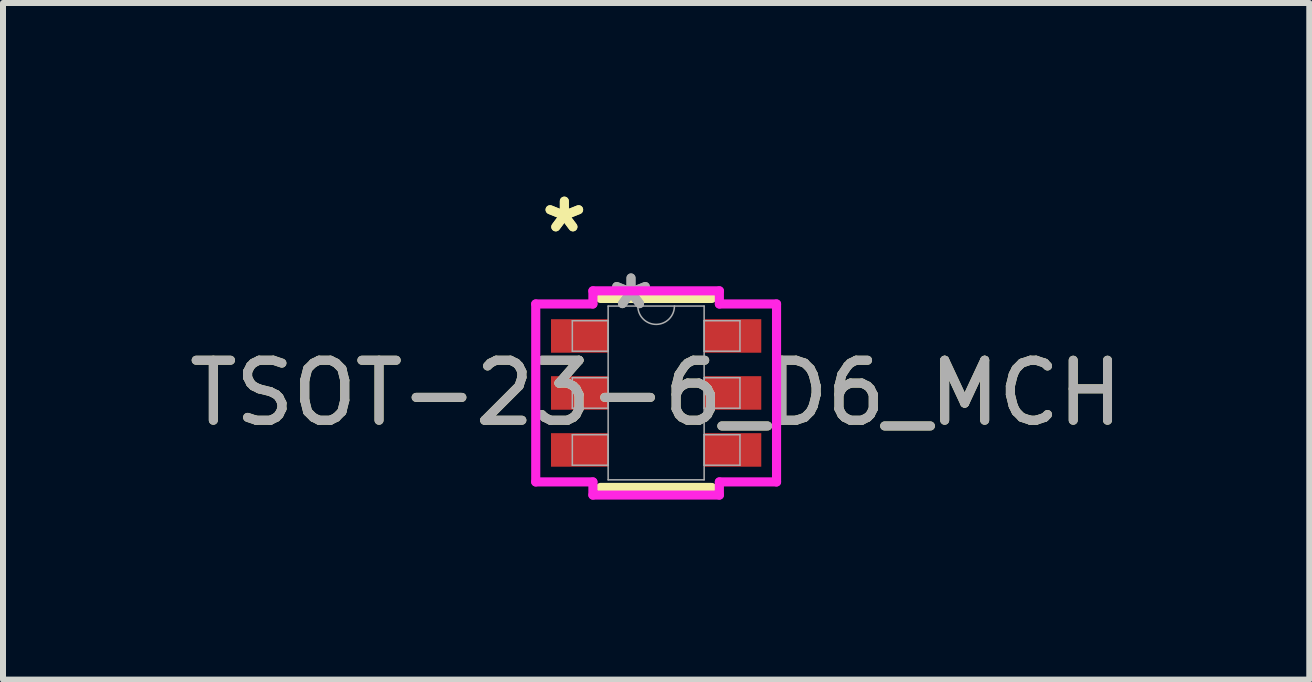
<source format=kicad_pcb>
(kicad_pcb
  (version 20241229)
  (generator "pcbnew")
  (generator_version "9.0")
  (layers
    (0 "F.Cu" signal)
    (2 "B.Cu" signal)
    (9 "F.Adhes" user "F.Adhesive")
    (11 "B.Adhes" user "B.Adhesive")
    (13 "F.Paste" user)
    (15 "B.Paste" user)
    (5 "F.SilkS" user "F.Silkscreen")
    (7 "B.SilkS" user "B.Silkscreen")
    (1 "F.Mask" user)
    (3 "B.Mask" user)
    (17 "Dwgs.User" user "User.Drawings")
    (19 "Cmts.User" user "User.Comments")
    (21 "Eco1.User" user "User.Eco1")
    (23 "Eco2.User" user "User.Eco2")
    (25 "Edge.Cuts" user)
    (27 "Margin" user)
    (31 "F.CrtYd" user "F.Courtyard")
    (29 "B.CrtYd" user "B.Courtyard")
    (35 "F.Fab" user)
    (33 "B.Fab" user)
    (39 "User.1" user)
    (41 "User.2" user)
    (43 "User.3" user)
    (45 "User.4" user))
  (footprint "TSOT-23-6_D6_MCH"
    (layer "F.Cu")
    (at 7.887 3.5)
    (property "Reference" "TSOT-23-6_D6_MCH" (at 0 0 0) (unlocked yes) (layer "F.SilkS") (effects (font (size 1 1) (thickness 0.15))))
    (attr smd)
    (fp_line (start -0.927 1.575) (end 0.927 1.575) (stroke (width 0.152) (type solid)) (layer "F.SilkS"))
    (fp_line (start 0.927 -1.575) (end -0.927 -1.575) (stroke (width 0.152) (type solid)) (layer "F.SilkS"))
    (fp_line (start -2.007 -1.483) (end -1.054 -1.483) (stroke (width 0.152) (type solid)) (layer "F.CrtYd"))
    (fp_line (start -2.007 1.483) (end -2.007 -1.483) (stroke (width 0.152) (type solid)) (layer "F.CrtYd"))
    (fp_line (start -2.007 1.483) (end -1.054 1.483) (stroke (width 0.152) (type solid)) (layer "F.CrtYd"))
    (fp_line (start -1.054 -1.702) (end 1.054 -1.702) (stroke (width 0.152) (type solid)) (layer "F.CrtYd"))
    (fp_line (start -1.054 -1.483) (end -1.054 -1.702) (stroke (width 0.152) (type solid)) (layer "F.CrtYd"))
    (fp_line (start -1.054 1.702) (end -1.054 1.483) (stroke (width 0.152) (type solid)) (layer "F.CrtYd"))
    (fp_line (start 1.054 -1.702) (end 1.054 -1.483) (stroke (width 0.152) (type solid)) (layer "F.CrtYd"))
    (fp_line (start 1.054 1.483) (end 1.054 1.702) (stroke (width 0.152) (type solid)) (layer "F.CrtYd"))
    (fp_line (start 1.054 1.702) (end -1.054 1.702) (stroke (width 0.152) (type solid)) (layer "F.CrtYd"))
    (fp_line (start 2.007 -1.483) (end 1.054 -1.483) (stroke (width 0.152) (type solid)) (layer "F.CrtYd"))
    (fp_line (start 2.007 -1.483) (end 2.007 1.483) (stroke (width 0.152) (type solid)) (layer "F.CrtYd"))
    (fp_line (start 2.007 1.483) (end 1.054 1.483) (stroke (width 0.152) (type solid)) (layer "F.CrtYd"))
    (fp_line (start -1.397 -1.204) (end -1.397 -0.696) (stroke (width 0.025) (type solid)) (layer "F.Fab"))
    (fp_line (start -1.397 -0.696) (end -0.8 -0.696) (stroke (width 0.025) (type solid)) (layer "F.Fab"))
    (fp_line (start -1.397 -0.254) (end -1.397 0.254) (stroke (width 0.025) (type solid)) (layer "F.Fab"))
    (fp_line (start -1.397 0.254) (end -0.8 0.254) (stroke (width 0.025) (type solid)) (layer "F.Fab"))
    (fp_line (start -1.397 0.696) (end -1.397 1.204) (stroke (width 0.025) (type solid)) (layer "F.Fab"))
    (fp_line (start -1.397 1.204) (end -0.8 1.204) (stroke (width 0.025) (type solid)) (layer "F.Fab"))
    (fp_line (start -0.8 -1.448) (end -0.8 1.448) (stroke (width 0.025) (type solid)) (layer "F.Fab"))
    (fp_line (start -0.8 -1.204) (end -1.397 -1.204) (stroke (width 0.025) (type solid)) (layer "F.Fab"))
    (fp_line (start -0.8 -0.696) (end -0.8 -1.204) (stroke (width 0.025) (type solid)) (layer "F.Fab"))
    (fp_line (start -0.8 -0.254) (end -1.397 -0.254) (stroke (width 0.025) (type solid)) (layer "F.Fab"))
    (fp_line (start -0.8 0.254) (end -0.8 -0.254) (stroke (width 0.025) (type solid)) (layer "F.Fab"))
    (fp_line (start -0.8 0.696) (end -1.397 0.696) (stroke (width 0.025) (type solid)) (layer "F.Fab"))
    (fp_line (start -0.8 1.204) (end -0.8 0.696) (stroke (width 0.025) (type solid)) (layer "F.Fab"))
    (fp_line (start -0.8 1.448) (end 0.8 1.448) (stroke (width 0.025) (type solid)) (layer "F.Fab"))
    (fp_line (start 0.8 -1.448) (end -0.8 -1.448) (stroke (width 0.025) (type solid)) (layer "F.Fab"))
    (fp_line (start 0.8 -1.204) (end 0.8 -0.696) (stroke (width 0.025) (type solid)) (layer "F.Fab"))
    (fp_line (start 0.8 -0.696) (end 1.397 -0.696) (stroke (width 0.025) (type solid)) (layer "F.Fab"))
    (fp_line (start 0.8 -0.254) (end 0.8 0.254) (stroke (width 0.025) (type solid)) (layer "F.Fab"))
    (fp_line (start 0.8 0.254) (end 1.397 0.254) (stroke (width 0.025) (type solid)) (layer "F.Fab"))
    (fp_line (start 0.8 0.696) (end 0.8 1.204) (stroke (width 0.025) (type solid)) (layer "F.Fab"))
    (fp_line (start 0.8 1.204) (end 1.397 1.204) (stroke (width 0.025) (type solid)) (layer "F.Fab"))
    (fp_line (start 0.8 1.448) (end 0.8 -1.448) (stroke (width 0.025) (type solid)) (layer "F.Fab"))
    (fp_line (start 1.397 -1.204) (end 0.8 -1.204) (stroke (width 0.025) (type solid)) (layer "F.Fab"))
    (fp_line (start 1.397 -0.696) (end 1.397 -1.204) (stroke (width 0.025) (type solid)) (layer "F.Fab"))
    (fp_line (start 1.397 -0.254) (end 0.8 -0.254) (stroke (width 0.025) (type solid)) (layer "F.Fab"))
    (fp_line (start 1.397 0.254) (end 1.397 -0.254) (stroke (width 0.025) (type solid)) (layer "F.Fab"))
    (fp_line (start 1.397 0.696) (end 0.8 0.696) (stroke (width 0.025) (type solid)) (layer "F.Fab"))
    (fp_line (start 1.397 1.204) (end 1.397 0.696) (stroke (width 0.025) (type solid)) (layer "F.Fab"))
    (fp_arc (start 0.3048 -1.4478) (mid 0 -1.143) (end -0.3048 -1.4478) (stroke (width 0.0254) (type solid)) (layer "F.Fab"))
    (fp_text user "*" (at -1.53 -2.652 0) (layer "F.SilkS") (effects (font (size 1 1) (thickness 0.15))))
    (fp_text user "*" (at -1.53 -2.652 0) (unlocked yes) (layer "F.SilkS") (effects (font (size 1 1) (thickness 0.15))))
    (fp_text user "${REFERENCE}" (at 0 0 0) (unlocked yes) (layer "F.Fab") (effects (font (size 1 1) (thickness 0.15))))
    (fp_text user "*" (at -0.419 -1.372 0) (unlocked yes) (layer "F.Fab") (effects (font (size 1 1) (thickness 0.15))))
    (fp_text user "*" (at -0.419 -1.372 0) (layer "F.Fab") (effects (font (size 1 1) (thickness 0.15))))
    (pad "1" smd rect (at -1.276 -0.95) (size 0.953 0.559) (layers "F.Cu" "F.Mask" "F.Paste"))
    (pad "2" smd rect (at -1.276 0) (size 0.953 0.559) (layers "F.Cu" "F.Mask" "F.Paste"))
    (pad "3" smd rect (at -1.276 0.95) (size 0.953 0.559) (layers "F.Cu" "F.Mask" "F.Paste"))
    (pad "4" smd rect (at 1.276 0.95) (size 0.953 0.559) (layers "F.Cu" "F.Mask" "F.Paste"))
    (pad "5" smd rect (at 1.276 0) (size 0.953 0.559) (layers "F.Cu" "F.Mask" "F.Paste"))
    (pad "6" smd rect (at 1.276 -0.95) (size 0.953 0.559) (layers "F.Cu" "F.Mask" "F.Paste")))
  (gr_rect
    (start -3 -3)
    (end 18.774 8.278)
    (stroke (width 0.1) (type default))
    (fill no)
    (layer "Edge.Cuts")))
</source>
